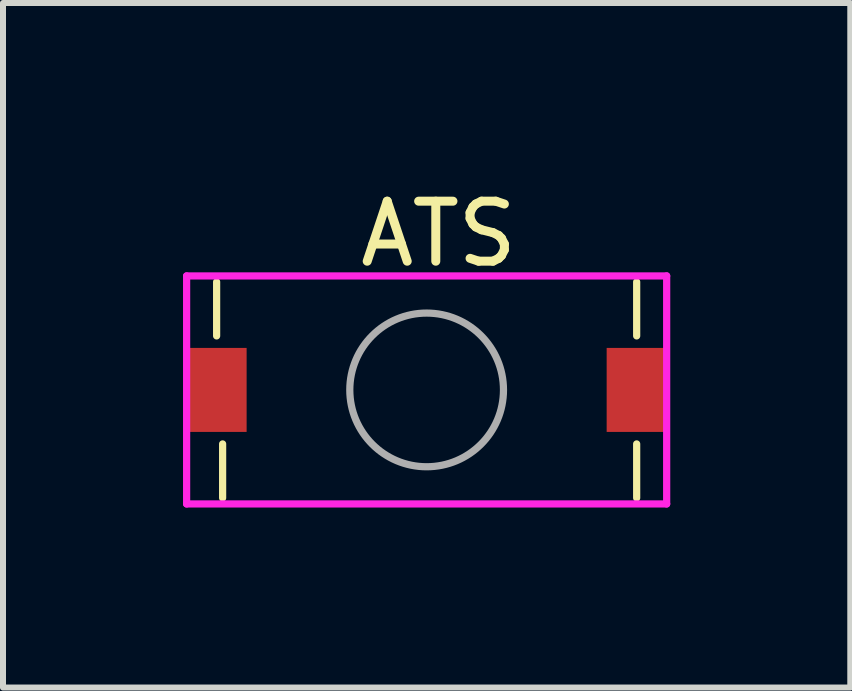
<source format=kicad_pcb>
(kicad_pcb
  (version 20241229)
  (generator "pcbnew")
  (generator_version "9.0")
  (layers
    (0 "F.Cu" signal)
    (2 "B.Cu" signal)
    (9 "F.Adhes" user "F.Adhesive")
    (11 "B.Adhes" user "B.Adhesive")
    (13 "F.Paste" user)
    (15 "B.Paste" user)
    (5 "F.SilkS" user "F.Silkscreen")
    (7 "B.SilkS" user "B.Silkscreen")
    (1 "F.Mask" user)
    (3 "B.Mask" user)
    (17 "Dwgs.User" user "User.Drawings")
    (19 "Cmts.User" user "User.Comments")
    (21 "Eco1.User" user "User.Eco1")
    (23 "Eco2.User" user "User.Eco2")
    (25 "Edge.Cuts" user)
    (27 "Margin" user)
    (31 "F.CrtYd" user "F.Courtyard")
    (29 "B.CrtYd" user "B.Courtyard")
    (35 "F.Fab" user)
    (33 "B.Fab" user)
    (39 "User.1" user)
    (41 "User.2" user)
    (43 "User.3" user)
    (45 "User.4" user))
  (footprint "ATS"
    (layer "F.Cu")
    (at 4.06 3.448)
    (property "Reference" "ATS" (at 0.2 -2.6 0) (layer "F.SilkS") (effects (font (size 1 1) (thickness 0.15))))
    (attr through_hole)
    (fp_line (start -3.5 -0.9) (end -3.5 -1.8) (stroke (width 0.12) (type solid)) (layer "F.SilkS"))
    (fp_line (start -3.4 0.9) (end -3.4 1.8) (stroke (width 0.12) (type solid)) (layer "F.SilkS"))
    (fp_line (start 3.5 -0.9) (end 3.5 -1.8) (stroke (width 0.12) (type solid)) (layer "F.SilkS"))
    (fp_line (start 3.5 0.9) (end 3.5 1.8) (stroke (width 0.12) (type solid)) (layer "F.SilkS"))
    (fp_line (start -4 -1.9) (end -4 1.9) (stroke (width 0.12) (type solid)) (layer "F.CrtYd"))
    (fp_line (start -4 -1.9) (end 4 -1.9) (stroke (width 0.12) (type solid)) (layer "F.CrtYd"))
    (fp_line (start -4 1.9) (end 4 1.9) (stroke (width 0.12) (type solid)) (layer "F.CrtYd"))
    (fp_line (start 4 1.9) (end 4 -1.9) (stroke (width 0.12) (type solid)) (layer "F.CrtYd"))
    (fp_circle (center 0 0) (end 1 -0.8) (stroke (width 0.12) (type solid)) (fill no) (layer "F.Fab"))
    (pad "1" smd rect (at -3.5 0) (size 1 1.4) (layers "F.Cu" "F.Mask" "F.Paste"))
    (pad "2" smd rect (at 3.5 0) (size 1 1.4) (layers "F.Cu" "F.Mask" "F.Paste")))
  (gr_rect
    (start -3 -3)
    (end 11.12 8.408)
    (stroke (width 0.1) (type default))
    (fill no)
    (layer "Edge.Cuts")))
</source>
